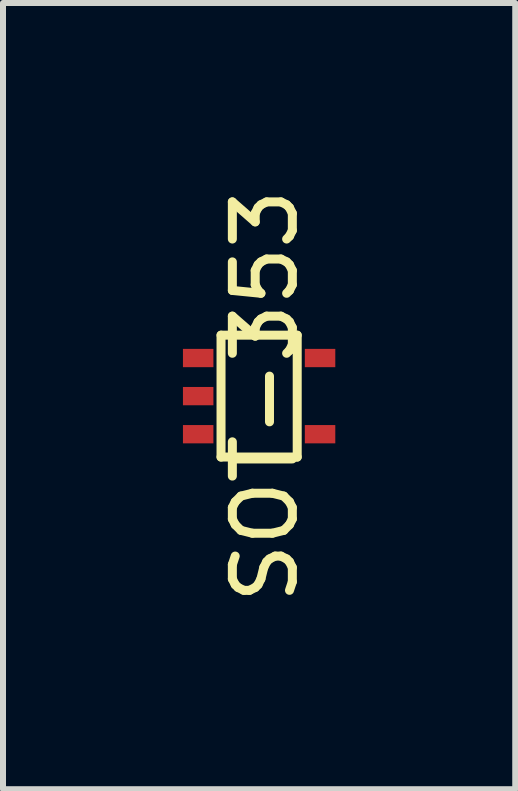
<source format=kicad_pcb>
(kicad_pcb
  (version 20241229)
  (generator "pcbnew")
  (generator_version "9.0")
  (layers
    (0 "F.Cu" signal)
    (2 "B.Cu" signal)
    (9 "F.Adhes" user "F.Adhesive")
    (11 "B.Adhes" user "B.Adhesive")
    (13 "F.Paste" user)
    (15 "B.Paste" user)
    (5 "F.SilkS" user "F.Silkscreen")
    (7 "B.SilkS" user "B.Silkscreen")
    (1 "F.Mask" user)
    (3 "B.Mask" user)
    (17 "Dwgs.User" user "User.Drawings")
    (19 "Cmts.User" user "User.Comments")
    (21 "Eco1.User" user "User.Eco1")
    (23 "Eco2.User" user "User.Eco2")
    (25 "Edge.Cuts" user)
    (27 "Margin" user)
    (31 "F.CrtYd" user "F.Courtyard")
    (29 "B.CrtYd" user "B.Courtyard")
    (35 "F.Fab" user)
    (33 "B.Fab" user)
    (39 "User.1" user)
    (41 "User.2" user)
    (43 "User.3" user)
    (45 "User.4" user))
  (footprint "SOT-353"
    (layer "F.Cu")
    (at 1.27 3.554)
    (property "Reference" "SOT-353" (at 0.099 0 90) (layer "F.SilkS") (effects (font (size 1 1) (thickness 0.15))))
    (attr smd)
    (fp_line (start -0.635 -1.016) (end -0.635 1.016) (stroke (width 0.15) (type solid)) (layer "F.SilkS"))
    (fp_line (start -0.635 1.016) (end 0.635 1.016) (stroke (width 0.15) (type solid)) (layer "F.SilkS"))
    (fp_line (start 0.635 -1.016) (end -0.635 -1.016) (stroke (width 0.15) (type solid)) (layer "F.SilkS"))
    (fp_line (start 0.635 1.016) (end 0.635 -1.016) (stroke (width 0.15) (type solid)) (layer "F.SilkS"))
    (pad "1" smd rect (at -1.016 -0.635) (size 0.508 0.305) (layers "F.Cu" "F.Mask" "F.Paste"))
    (pad "2" smd rect (at -1.016 0) (size 0.508 0.305) (layers "F.Cu" "F.Mask" "F.Paste"))
    (pad "3" smd rect (at -1.016 0.635) (size 0.508 0.305) (layers "F.Cu" "F.Mask" "F.Paste"))
    (pad "4" smd rect (at 1.016 0.635) (size 0.508 0.305) (layers "F.Cu" "F.Mask" "F.Paste"))
    (pad "5" smd rect (at 1.016 -0.635) (size 0.508 0.305) (layers "F.Cu" "F.Mask" "F.Paste")))
  (gr_rect
    (start -3 -3)
    (end 5.54 10.107)
    (stroke (width 0.1) (type default))
    (fill no)
    (layer "Edge.Cuts")))
</source>
